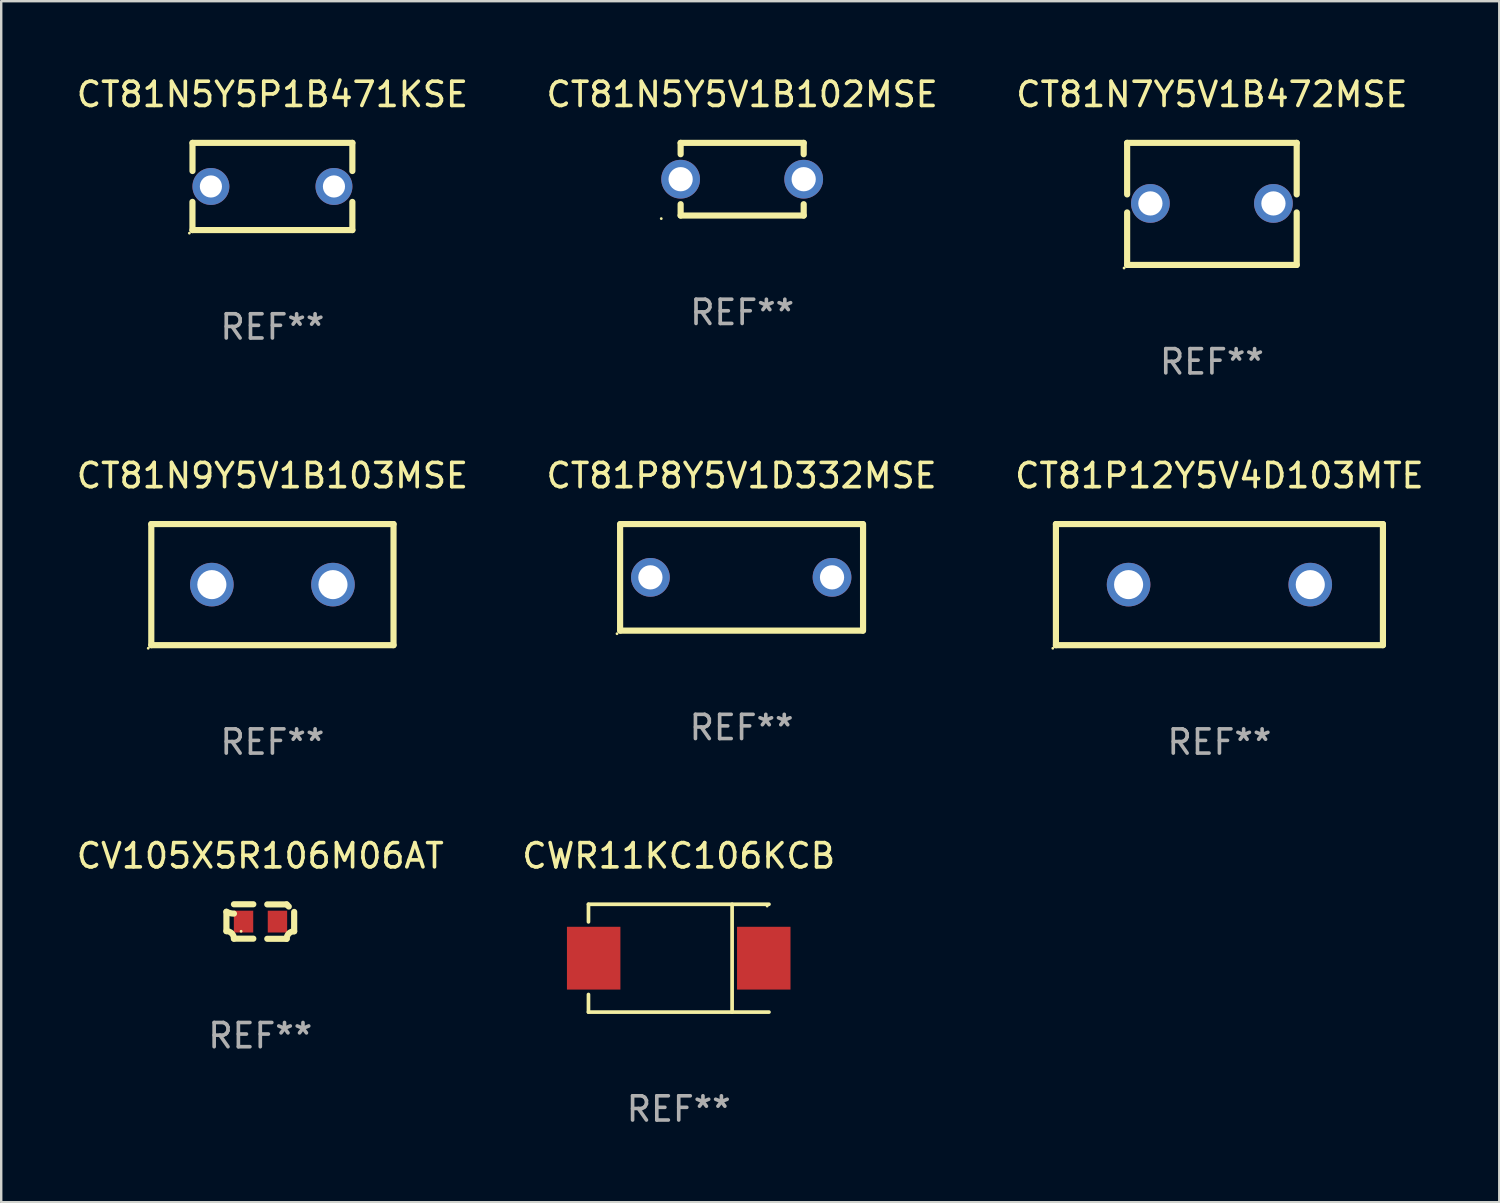
<source format=kicad_pcb>
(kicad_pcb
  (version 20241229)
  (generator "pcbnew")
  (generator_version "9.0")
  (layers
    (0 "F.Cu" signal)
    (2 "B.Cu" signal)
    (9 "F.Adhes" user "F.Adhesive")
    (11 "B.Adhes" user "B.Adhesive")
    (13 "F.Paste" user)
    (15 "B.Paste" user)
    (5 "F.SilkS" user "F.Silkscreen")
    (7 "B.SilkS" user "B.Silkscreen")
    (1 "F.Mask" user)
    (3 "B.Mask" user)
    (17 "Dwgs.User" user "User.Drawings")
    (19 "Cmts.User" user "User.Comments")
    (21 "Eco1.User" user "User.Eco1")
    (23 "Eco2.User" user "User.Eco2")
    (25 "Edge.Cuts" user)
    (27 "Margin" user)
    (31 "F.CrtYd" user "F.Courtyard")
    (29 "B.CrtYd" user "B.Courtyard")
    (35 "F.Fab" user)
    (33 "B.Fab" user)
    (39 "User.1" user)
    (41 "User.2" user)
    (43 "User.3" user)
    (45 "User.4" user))
  (footprint "CV105X5R106M06AT"
    (layer "F.Cu")
    (at 7.696 34.994)
    (property "Reference" "CV105X5R106M06AT" (at 0 -2.713 0) (layer "F.SilkS") (effects (font (size 1 1) (thickness 0.15))))
    (attr through_hole)
    (fp_line (start -1.398 -0.403) (end -1.398 0.397) (stroke (width 0.254) (type solid)) (layer "F.SilkS"))
    (fp_line (start -0.288 -0.713) (end -1.088 -0.713) (stroke (width 0.254) (type solid)) (layer "F.SilkS"))
    (fp_line (start -0.288 0.707) (end -1.088 0.707) (stroke (width 0.254) (type solid)) (layer "F.SilkS"))
    (fp_line (start 0.288 -0.707) (end 1.088 -0.707) (stroke (width 0.254) (type solid)) (layer "F.SilkS"))
    (fp_line (start 0.288 0.713) (end 1.088 0.713) (stroke (width 0.254) (type solid)) (layer "F.SilkS"))
    (fp_line (start 1.398 -0.397) (end 1.398 0.403) (stroke (width 0.254) (type solid)) (layer "F.SilkS"))
    (fp_arc (start -1.397789 0.397066) (mid -1.178701 0.487826) (end -1.08796 0.706922) (stroke (width 0.254001) (type solid)) (layer "F.SilkS"))
    (fp_arc (start -1.08796 -0.327176) (mid -1.247436 -0.346384) (end -1.39779 -0.402908) (stroke (width 0.254001) (type solid)) (layer "F.SilkS"))
    (fp_arc (start 1.087909 0.712738) (mid 1.178656 0.493655) (end 1.397739 0.402908) (stroke (width 0.254001) (type solid)) (layer "F.SilkS"))
    (fp_arc (start 1.175925 -0.618926) (mid 1.131917 -0.662923) (end 1.08791 -0.706922) (stroke (width 0.254001) (type solid)) (layer "F.SilkS"))
    (fp_circle (center -0.792 0.403) (end -0.762 0.403) (stroke (width 0.06) (type solid)) (fill no) (layer "F.SilkS"))
    (fp_text user "REF**" (at 0 4.713 0) (layer "F.Fab") (effects (font (size 1 1) (thickness 0.15))))
    (pad "1" smd rect (at -0.692 0.003) (size 0.8 0.9) (layers "F.Cu" "F.Mask" "F.Paste"))
    (pad "2" smd rect (at 0.708 0.003) (size 0.8 0.9) (layers "F.Cu" "F.Mask" "F.Paste")))
  (footprint "CT81N5Y5V1B102MSE"
    (layer "F.Cu")
    (at 27.589 4.348)
    (property "Reference" "CT81N5Y5V1B102MSE" (at 0 -3.5 0) (layer "F.SilkS") (effects (font (size 1 1) (thickness 0.15))))
    (attr through_hole)
    (fp_line (start -2.54 -1.5) (end -2.54 -1.031) (stroke (width 0.254) (type solid)) (layer "F.SilkS"))
    (fp_line (start -2.54 -1.5) (end 2.54 -1.5) (stroke (width 0.254) (type solid)) (layer "F.SilkS"))
    (fp_line (start -2.54 1.031) (end -2.54 1.5) (stroke (width 0.254) (type solid)) (layer "F.SilkS"))
    (fp_line (start -2.54 1.5) (end 2.54 1.5) (stroke (width 0.254) (type solid)) (layer "F.SilkS"))
    (fp_line (start 2.54 -1.5) (end 2.54 -1.031) (stroke (width 0.254) (type solid)) (layer "F.SilkS"))
    (fp_line (start 2.54 1.031) (end 2.54 1.5) (stroke (width 0.254) (type solid)) (layer "F.SilkS"))
    (fp_circle (center -3.34 1.627) (end -3.31 1.627) (stroke (width 0.06) (type solid)) (fill no) (layer "F.SilkS"))
    (fp_text user "REF**" (at 0 5.5 0) (layer "F.Fab") (effects (font (size 1 1) (thickness 0.15))))
    (pad "1" thru_hole circle (at -2.54 0) (size 1.6 1.6) (drill 1) (layers "*.Cu" "*.Mask"))
    (pad "2" thru_hole circle (at 2.54 0) (size 1.6 1.6) (drill 1) (layers "*.Cu" "*.Mask")))
  (footprint "CT81N9Y5V1B103MSE"
    (layer "F.Cu")
    (at 8.196 21.085)
    (property "Reference" "CT81N9Y5V1B103MSE" (at 0 -4.5 0) (layer "F.SilkS") (effects (font (size 1 1) (thickness 0.15))))
    (attr through_hole)
    (fp_line (start -5 -2.5) (end 5 -2.5) (stroke (width 0.254) (type solid)) (layer "F.SilkS"))
    (fp_line (start -5 2.5) (end -5 -2.5) (stroke (width 0.254) (type solid)) (layer "F.SilkS"))
    (fp_line (start 5 -2.5) (end 5 2.5) (stroke (width 0.254) (type solid)) (layer "F.SilkS"))
    (fp_line (start 5 2.5) (end -5 2.5) (stroke (width 0.254) (type solid)) (layer "F.SilkS"))
    (fp_circle (center -5.127 2.627) (end -5.097 2.627) (stroke (width 0.06) (type solid)) (fill no) (layer "F.SilkS"))
    (fp_text user "REF**" (at 0 6.5 0) (layer "F.Fab") (effects (font (size 1 1) (thickness 0.15))))
    (pad "1" thru_hole circle (at -2.5 0) (size 1.8 1.8) (drill 1.2) (layers "*.Cu" "*.Mask"))
    (pad "2" thru_hole circle (at 2.5 0) (size 1.8 1.8) (drill 1.2) (layers "*.Cu" "*.Mask")))
  (footprint "CT81N7Y5V1B472MSE"
    (layer "F.Cu")
    (at 46.982 5.368)
    (property "Reference" "CT81N7Y5V1B472MSE" (at 0 -4.52 0) (layer "F.SilkS") (effects (font (size 1 1) (thickness 0.15))))
    (attr through_hole)
    (fp_line (start -3.5 -2.52) (end -3.5 -0.392) (stroke (width 0.254) (type solid)) (layer "F.SilkS"))
    (fp_line (start -3.5 -2.52) (end 3.5 -2.52) (stroke (width 0.254) (type solid)) (layer "F.SilkS"))
    (fp_line (start -3.5 0.352) (end -3.5 2.52) (stroke (width 0.254) (type solid)) (layer "F.SilkS"))
    (fp_line (start 3.5 -2.52) (end 3.5 -0.392) (stroke (width 0.254) (type solid)) (layer "F.SilkS"))
    (fp_line (start 3.5 0.352) (end 3.5 2.52) (stroke (width 0.254) (type solid)) (layer "F.SilkS"))
    (fp_line (start 3.5 2.52) (end -3.5 2.52) (stroke (width 0.254) (type solid)) (layer "F.SilkS"))
    (fp_circle (center -3.627 2.647) (end -3.597 2.647) (stroke (width 0.06) (type solid)) (fill no) (layer "F.SilkS"))
    (fp_text user "REF**" (at 0 6.52 0) (layer "F.Fab") (effects (font (size 1 1) (thickness 0.15))))
    (pad "1" thru_hole circle (at -2.54 -0.02) (size 1.6 1.6) (drill 1) (layers "*.Cu" "*.Mask"))
    (pad "2" thru_hole circle (at 2.54 -0.02) (size 1.6 1.6) (drill 1) (layers "*.Cu" "*.Mask")))
  (footprint "CWR11KC106KCB"
    (layer "F.Cu")
    (at 24.97 36.507)
    (property "Reference" "CWR11KC106KCB" (at 0 -4.226 0) (layer "F.SilkS") (effects (font (size 1 1) (thickness 0.15))))
    (attr through_hole)
    (fp_line (start -3.726 -2.226) (end -3.726 -1.499) (stroke (width 0.152) (type solid)) (layer "F.SilkS"))
    (fp_line (start -3.726 -2.226) (end 3.726 -2.226) (stroke (width 0.152) (type solid)) (layer "F.SilkS"))
    (fp_line (start -3.726 2.226) (end -3.726 1.499) (stroke (width 0.152) (type solid)) (layer "F.SilkS"))
    (fp_line (start -3.726 2.226) (end 3.726 2.226) (stroke (width 0.152) (type solid)) (layer "F.SilkS"))
    (fp_line (start 2.204 -2.226) (end 2.204 2.226) (stroke (width 0.152) (type solid)) (layer "F.SilkS"))
    (fp_circle (center 3.65 -2.15) (end 3.68 -2.15) (stroke (width 0.06) (type solid)) (fill no) (layer "F.SilkS"))
    (fp_text user "REF**" (at 0 6.226 0) (layer "F.Fab") (effects (font (size 1 1) (thickness 0.15))))
    (pad "1" smd rect (at 3.511 0) (size 2.207 2.592) (layers "F.Cu" "F.Mask" "F.Paste"))
    (pad "2" smd rect (at -3.511 0) (size 2.207 2.592) (layers "F.Cu" "F.Mask" "F.Paste")))
  (footprint "CT81P8Y5V1D332MSE"
    (layer "F.Cu")
    (at 27.565 20.785)
    (property "Reference" "CT81P8Y5V1D332MSE" (at 0 -4.2 0) (layer "F.SilkS") (effects (font (size 1 1) (thickness 0.15))))
    (attr through_hole)
    (fp_line (start -5.015 2.2) (end -5.015 -2.2) (stroke (width 0.254) (type solid)) (layer "F.SilkS"))
    (fp_line (start -5.005 -2.2) (end 4.995 -2.2) (stroke (width 0.254) (type solid)) (layer "F.SilkS"))
    (fp_line (start 5.005 2.2) (end -4.995 2.2) (stroke (width 0.254) (type solid)) (layer "F.SilkS"))
    (fp_line (start 5.015 -2.2) (end 5.015 2.2) (stroke (width 0.254) (type solid)) (layer "F.SilkS"))
    (fp_circle (center -5.142 2.327) (end -5.112 2.327) (stroke (width 0.06) (type solid)) (fill no) (layer "F.SilkS"))
    (fp_text user "REF**" (at 0 6.2 0) (layer "F.Fab") (effects (font (size 1 1) (thickness 0.15))))
    (pad "1" thru_hole circle (at -3.764 0) (size 1.6 1.6) (drill 1) (layers "*.Cu" "*.Mask"))
    (pad "2" thru_hole circle (at 3.734 0) (size 1.6 1.6) (drill 1) (layers "*.Cu" "*.Mask")))
  (footprint "CT81P12Y5V4D103MTE"
    (layer "F.Cu")
    (at 47.292 21.085)
    (property "Reference" "CT81P12Y5V4D103MTE" (at 0 -4.5 0) (layer "F.SilkS") (effects (font (size 1 1) (thickness 0.15))))
    (attr through_hole)
    (fp_line (start -6.75 -2.5) (end 6.75 -2.5) (stroke (width 0.254) (type solid)) (layer "F.SilkS"))
    (fp_line (start -6.75 2.5) (end -6.75 -2.5) (stroke (width 0.254) (type solid)) (layer "F.SilkS"))
    (fp_line (start 6.75 -2.5) (end 6.75 2.5) (stroke (width 0.254) (type solid)) (layer "F.SilkS"))
    (fp_line (start 6.75 2.5) (end -6.75 2.5) (stroke (width 0.254) (type solid)) (layer "F.SilkS"))
    (fp_circle (center -6.877 2.627) (end -6.847 2.627) (stroke (width 0.06) (type solid)) (fill no) (layer "F.SilkS"))
    (fp_text user "REF**" (at 0 6.5 0) (layer "F.Fab") (effects (font (size 1 1) (thickness 0.15))))
    (pad "1" thru_hole circle (at -3.75 0) (size 1.8 1.8) (drill 1.2) (layers "*.Cu" "*.Mask"))
    (pad "2" thru_hole circle (at 3.75 0) (size 1.8 1.8) (drill 1.2) (layers "*.Cu" "*.Mask")))
  (footprint "CT81N5Y5P1B471KSE"
    (layer "F.Cu")
    (at 8.196 4.648)
    (property "Reference" "CT81N5Y5P1B471KSE" (at 0 -3.8 0) (layer "F.SilkS") (effects (font (size 1 1) (thickness 0.15))))
    (attr through_hole)
    (fp_line (start -3.301 1.8) (end -3.301 0.636) (stroke (width 0.254) (type solid)) (layer "F.SilkS"))
    (fp_line (start -3.299 -1.8) (end -3.299 -0.638) (stroke (width 0.254) (type solid)) (layer "F.SilkS"))
    (fp_line (start -3.299 -1.8) (end 3.301 -1.8) (stroke (width 0.254) (type solid)) (layer "F.SilkS"))
    (fp_line (start 3.301 -1.8) (end 3.301 -0.638) (stroke (width 0.254) (type solid)) (layer "F.SilkS"))
    (fp_line (start 3.301 0.638) (end 3.301 1.8) (stroke (width 0.254) (type solid)) (layer "F.SilkS"))
    (fp_line (start 3.301 1.8) (end -3.301 1.8) (stroke (width 0.254) (type solid)) (layer "F.SilkS"))
    (fp_circle (center -3.428 1.927) (end -3.398 1.927) (stroke (width 0.06) (type solid)) (fill no) (layer "F.SilkS"))
    (fp_text user "REF**" (at 0 5.8 0) (layer "F.Fab") (effects (font (size 1 1) (thickness 0.15))))
    (pad "1" thru_hole circle (at -2.539 0.000013) (size 1.524 1.524) (drill 0.914) (layers "*.Cu" "*.Mask"))
    (pad "2" thru_hole circle (at 2.541 0.000013) (size 1.524 1.524) (drill 0.914) (layers "*.Cu" "*.Mask")))
  (gr_rect
    (start -3 -3)
    (end 58.845 46.582)
    (stroke (width 0.1) (type default))
    (fill no)
    (layer "Edge.Cuts")))
</source>
